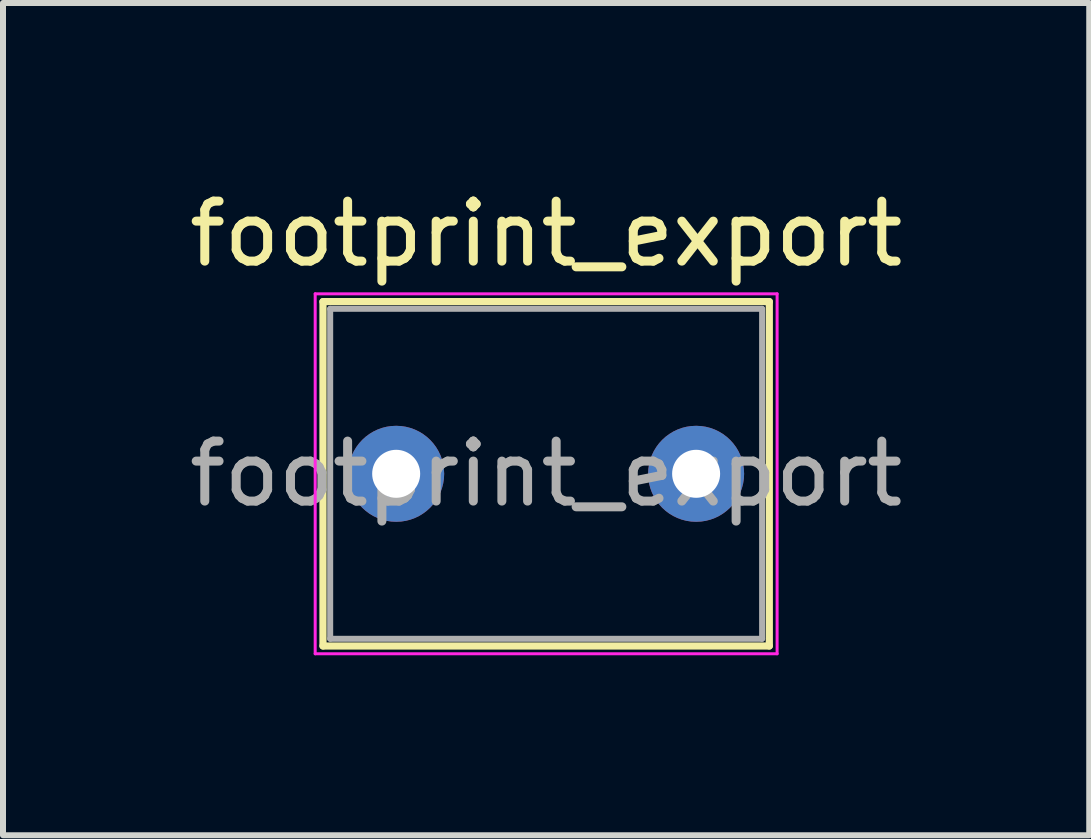
<source format=kicad_pcb>
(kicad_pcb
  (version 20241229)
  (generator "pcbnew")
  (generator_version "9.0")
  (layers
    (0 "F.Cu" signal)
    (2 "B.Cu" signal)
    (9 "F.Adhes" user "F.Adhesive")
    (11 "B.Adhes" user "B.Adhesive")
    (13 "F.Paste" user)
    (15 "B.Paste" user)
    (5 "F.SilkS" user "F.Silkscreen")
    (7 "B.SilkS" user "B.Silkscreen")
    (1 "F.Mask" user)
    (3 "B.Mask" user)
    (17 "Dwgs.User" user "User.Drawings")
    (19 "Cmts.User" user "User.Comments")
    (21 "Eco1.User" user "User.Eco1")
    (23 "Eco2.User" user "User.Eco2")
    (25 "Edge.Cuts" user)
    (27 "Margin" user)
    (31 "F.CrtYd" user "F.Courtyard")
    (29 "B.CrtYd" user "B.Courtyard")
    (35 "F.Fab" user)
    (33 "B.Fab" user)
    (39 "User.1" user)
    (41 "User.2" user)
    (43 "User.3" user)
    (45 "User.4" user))
  (footprint "footprint_export"
    (layer "F.Cu")
    (at 3.554 4.848)
    (property "Reference" "footprint_export" (at 2.5 -4 0) (layer "F.SilkS") (effects (font (size 1 1) (thickness 0.15))))
    (attr through_hole)
    (fp_line (start -1.22 -2.87) (end -1.22 2.87) (stroke (width 0.12) (type solid)) (layer "F.SilkS"))
    (fp_line (start -1.22 -2.87) (end 6.22 -2.87) (stroke (width 0.12) (type solid)) (layer "F.SilkS"))
    (fp_line (start -1.22 2.87) (end 6.22 2.87) (stroke (width 0.12) (type solid)) (layer "F.SilkS"))
    (fp_line (start 6.22 -2.87) (end 6.22 2.87) (stroke (width 0.12) (type solid)) (layer "F.SilkS"))
    (fp_line (start -1.35 -3) (end -1.35 3) (stroke (width 0.05) (type solid)) (layer "F.CrtYd"))
    (fp_line (start -1.35 3) (end 6.35 3) (stroke (width 0.05) (type solid)) (layer "F.CrtYd"))
    (fp_line (start 6.35 -3) (end -1.35 -3) (stroke (width 0.05) (type solid)) (layer "F.CrtYd"))
    (fp_line (start 6.35 3) (end 6.35 -3) (stroke (width 0.05) (type solid)) (layer "F.CrtYd"))
    (fp_line (start -1.1 -2.75) (end -1.1 2.75) (stroke (width 0.1) (type solid)) (layer "F.Fab"))
    (fp_line (start -1.1 2.75) (end 6.1 2.75) (stroke (width 0.1) (type solid)) (layer "F.Fab"))
    (fp_line (start 6.1 -2.75) (end -1.1 -2.75) (stroke (width 0.1) (type solid)) (layer "F.Fab"))
    (fp_line (start 6.1 2.75) (end 6.1 -2.75) (stroke (width 0.1) (type solid)) (layer "F.Fab"))
    (fp_text user "${REFERENCE}" (at 2.5 0 0) (layer "F.Fab") (effects (font (size 1 1) (thickness 0.15))))
    (pad "1" thru_hole circle (at 0 0) (size 1.6 1.6) (drill 0.8) (layers "*.Cu" "*.Mask"))
    (pad "2" thru_hole circle (at 5 0) (size 1.6 1.6) (drill 0.8) (layers "*.Cu" "*.Mask")))
  (gr_rect
    (start -3 -3)
    (end 15.107 10.873)
    (stroke (width 0.1) (type default))
    (fill no)
    (layer "Edge.Cuts")))
</source>
